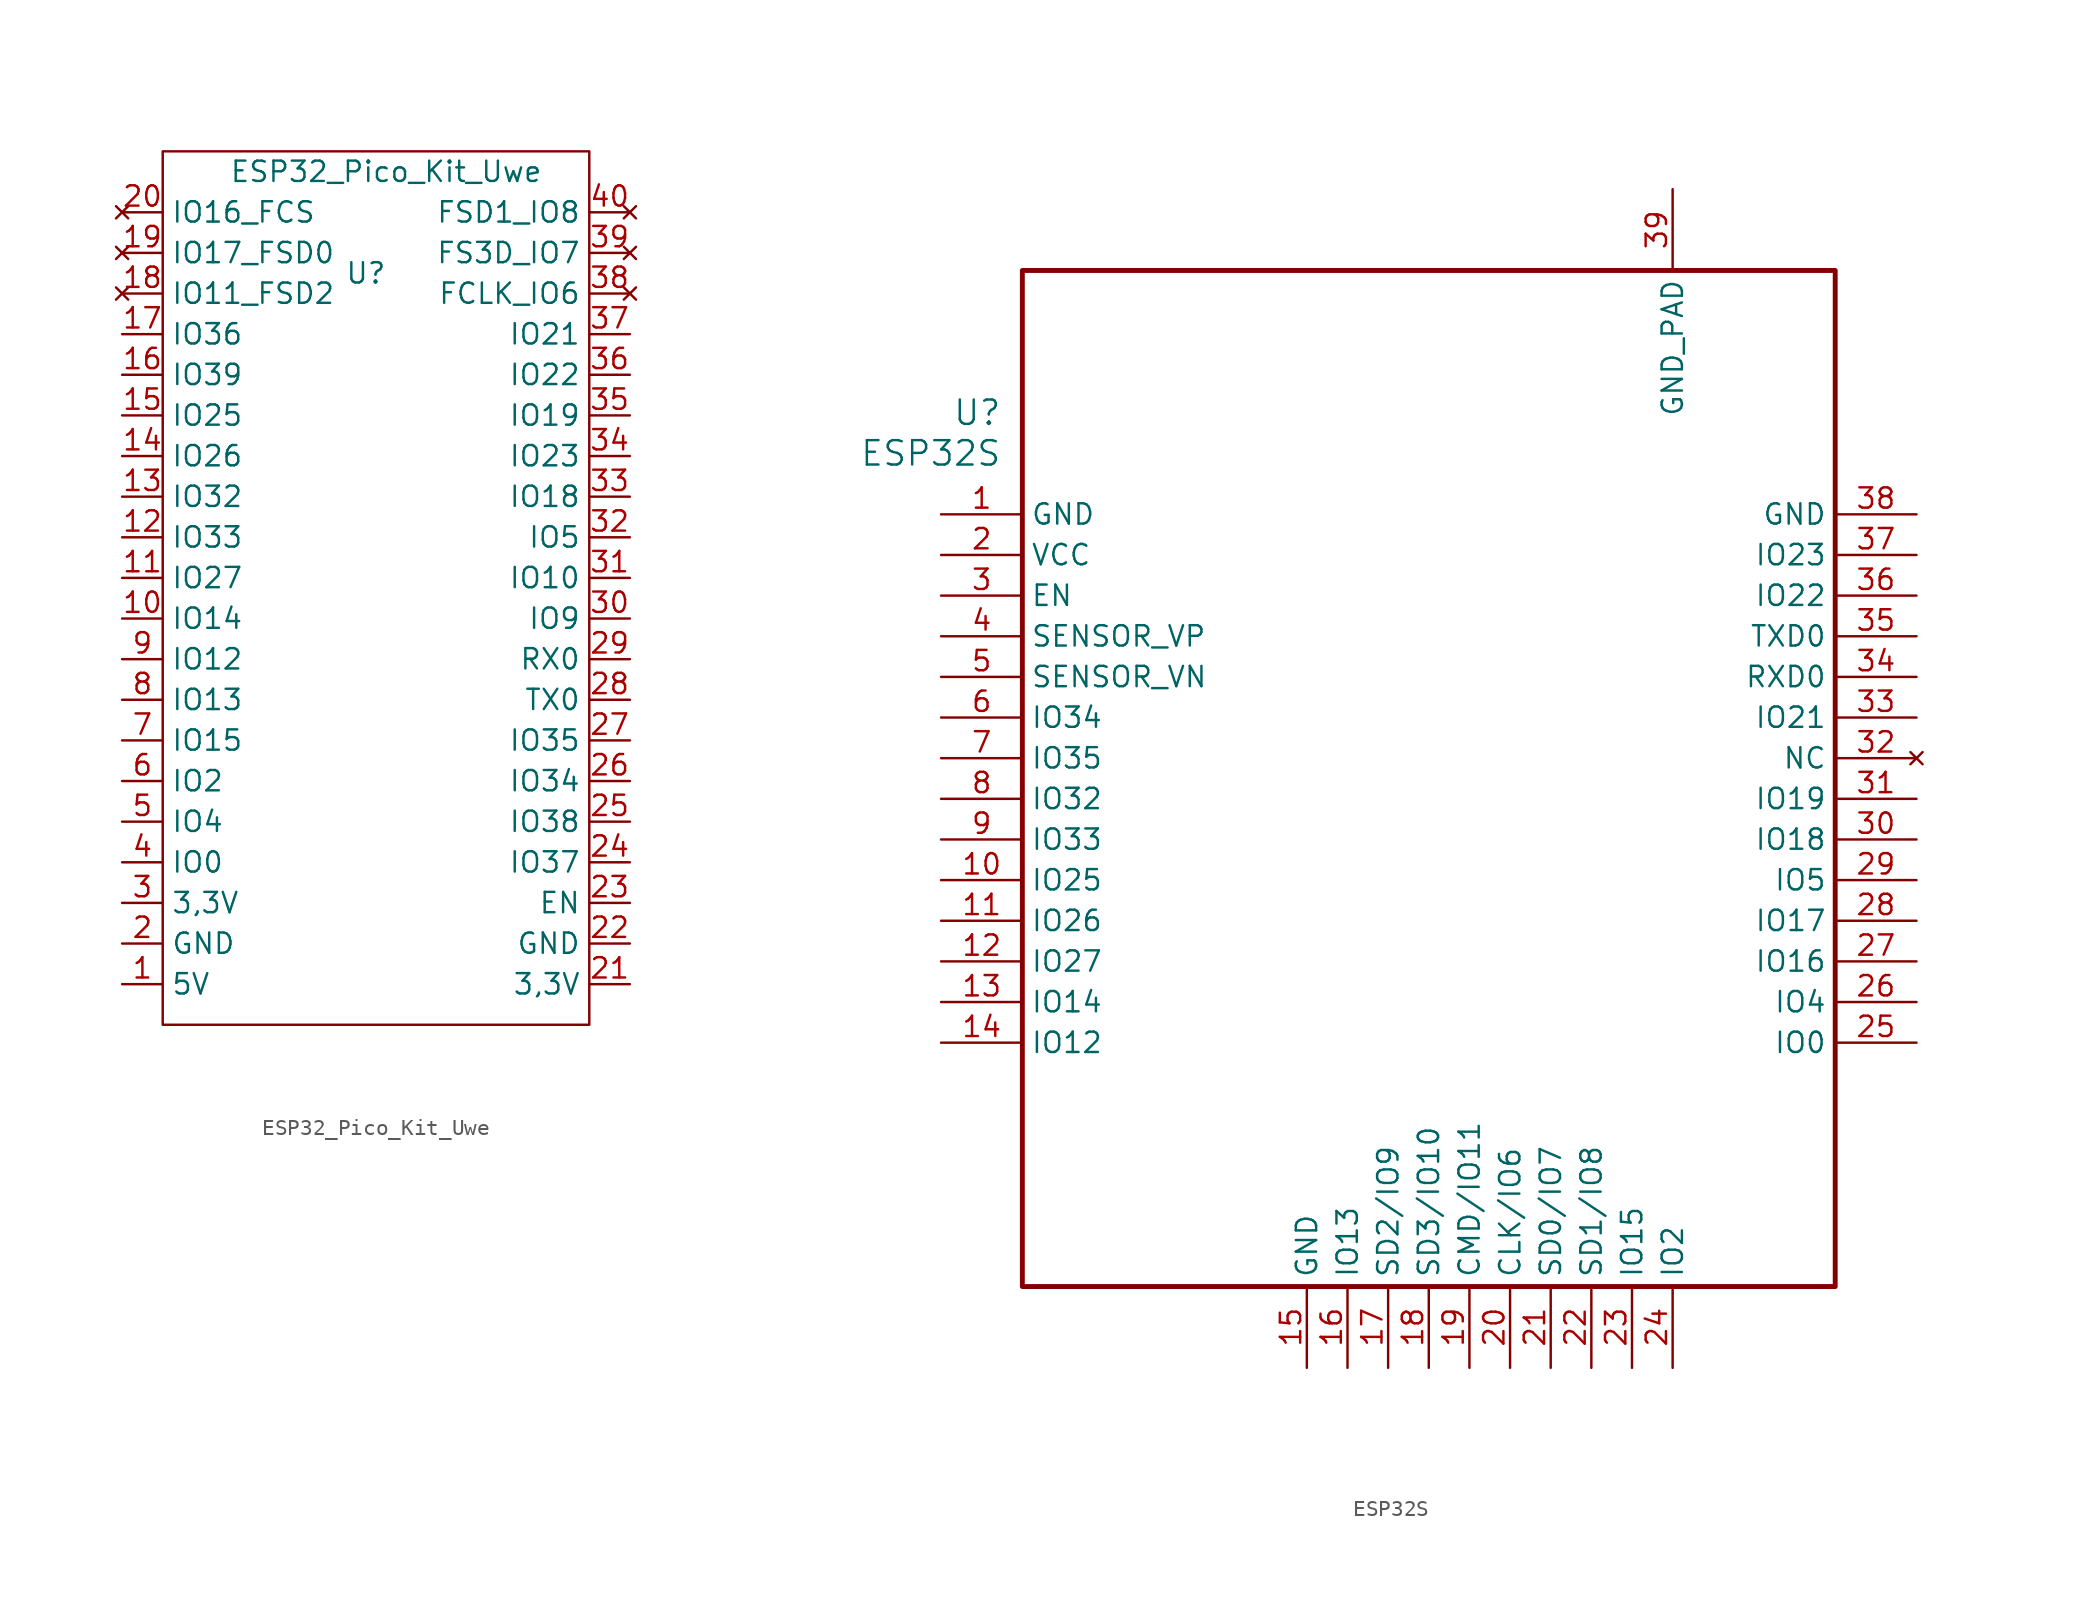
<source format=kicad_sym>
(kicad_symbol_lib
  (version 20201005)
  (generator kicad_symbol_editor)
  (symbol "Zimprich:ESP32_Pico_Kit_Uwe"
    (property "Reference" "U"
      (at -1.27 21.59 0)
      (effects (font (size 1.27 1.27))))
    (property "Value" "ESP32_Pico_Kit_Uwe"
      (at 0 27.94 0)
      (effects (font (size 1.27 1.27))))
    (symbol "ESP32_Pico_Kit_Uwe_0_1"
      (rectangle (start -13.97 29.21) (end 12.7 -25.4) (stroke (width 0)) (fill (type none))))
    (symbol "ESP32_Pico_Kit_Uwe_1_1"
      (pin input line (at -16.51 -22.86 0) (length 2.54) (name "5V" (effects (font (size 1.27 1.27)))) (number "1" (effects (font (size 1.27 1.27)))))
      (pin bidirectional line (at -16.51 0 0) (length 2.54) (name "IO14" (effects (font (size 1.27 1.27)))) (number "10" (effects (font (size 1.27 1.27)))))
      (pin bidirectional line (at -16.51 2.54 0) (length 2.54) (name "IO27" (effects (font (size 1.27 1.27)))) (number "11" (effects (font (size 1.27 1.27)))))
      (pin bidirectional line (at -16.51 5.08 0) (length 2.54) (name "IO33" (effects (font (size 1.27 1.27)))) (number "12" (effects (font (size 1.27 1.27)))))
      (pin bidirectional line (at -16.51 7.62 0) (length 2.54) (name "IO32" (effects (font (size 1.27 1.27)))) (number "13" (effects (font (size 1.27 1.27)))))
      (pin bidirectional line (at -16.51 10.16 0) (length 2.54) (name "IO26" (effects (font (size 1.27 1.27)))) (number "14" (effects (font (size 1.27 1.27)))))
      (pin bidirectional line (at -16.51 12.7 0) (length 2.54) (name "IO25" (effects (font (size 1.27 1.27)))) (number "15" (effects (font (size 1.27 1.27)))))
      (pin bidirectional line (at -16.51 15.24 0) (length 2.54) (name "IO39" (effects (font (size 1.27 1.27)))) (number "16" (effects (font (size 1.27 1.27)))))
      (pin bidirectional line (at -16.51 17.78 0) (length 2.54) (name "IO36" (effects (font (size 1.27 1.27)))) (number "17" (effects (font (size 1.27 1.27)))))
      (pin unconnected line (at -16.51 20.32 0) (length 2.54) (name "IO11_FSD2" (effects (font (size 1.27 1.27)))) (number "18" (effects (font (size 1.27 1.27)))))
      (pin unconnected line (at -16.51 22.86 0) (length 2.54) (name "IO17_FSD0" (effects (font (size 1.27 1.27)))) (number "19" (effects (font (size 1.27 1.27)))))
      (pin input line (at -16.51 -20.32 0) (length 2.54) (name "GND" (effects (font (size 1.27 1.27)))) (number "2" (effects (font (size 1.27 1.27)))))
      (pin unconnected line (at -16.51 25.4 0) (length 2.54) (name "IO16_FCS" (effects (font (size 1.27 1.27)))) (number "20" (effects (font (size 1.27 1.27)))))
      (pin output line (at 15.24 -22.86 180) (length 2.54) (name "3,3V" (effects (font (size 1.27 1.27)))) (number "21" (effects (font (size 1.27 1.27)))))
      (pin input line (at 15.24 -20.32 180) (length 2.54) (name "GND" (effects (font (size 1.27 1.27)))) (number "22" (effects (font (size 1.27 1.27)))))
      (pin input line (at 15.24 -17.78 180) (length 2.54) (name "EN" (effects (font (size 1.27 1.27)))) (number "23" (effects (font (size 1.27 1.27)))))
      (pin bidirectional line (at 15.24 -15.24 180) (length 2.54) (name "IO37" (effects (font (size 1.27 1.27)))) (number "24" (effects (font (size 1.27 1.27)))))
      (pin bidirectional line (at 15.24 -12.7 180) (length 2.54) (name "IO38" (effects (font (size 1.27 1.27)))) (number "25" (effects (font (size 1.27 1.27)))))
      (pin bidirectional line (at 15.24 -10.16 180) (length 2.54) (name "IO34" (effects (font (size 1.27 1.27)))) (number "26" (effects (font (size 1.27 1.27)))))
      (pin bidirectional line (at 15.24 -7.62 180) (length 2.54) (name "IO35" (effects (font (size 1.27 1.27)))) (number "27" (effects (font (size 1.27 1.27)))))
      (pin output line (at 15.24 -5.08 180) (length 2.54) (name "TX0" (effects (font (size 1.27 1.27)))) (number "28" (effects (font (size 1.27 1.27)))))
      (pin bidirectional line (at 15.24 -2.54 180) (length 2.54) (name "RX0" (effects (font (size 1.27 1.27)))) (number "29" (effects (font (size 1.27 1.27)))))
      (pin input line (at -16.51 -17.78 0) (length 2.54) (name "3,3V" (effects (font (size 1.27 1.27)))) (number "3" (effects (font (size 1.27 1.27)))))
      (pin bidirectional line (at 15.24 0 180) (length 2.54) (name "IO9" (effects (font (size 1.27 1.27)))) (number "30" (effects (font (size 1.27 1.27)))))
      (pin output line (at 15.24 2.54 180) (length 2.54) (name "IO10" (effects (font (size 1.27 1.27)))) (number "31" (effects (font (size 1.27 1.27)))))
      (pin bidirectional line (at 15.24 5.08 180) (length 2.54) (name "IO5" (effects (font (size 1.27 1.27)))) (number "32" (effects (font (size 1.27 1.27)))))
      (pin bidirectional line (at 15.24 7.62 180) (length 2.54) (name "IO18" (effects (font (size 1.27 1.27)))) (number "33" (effects (font (size 1.27 1.27)))))
      (pin bidirectional line (at 15.24 10.16 180) (length 2.54) (name "IO23" (effects (font (size 1.27 1.27)))) (number "34" (effects (font (size 1.27 1.27)))))
      (pin bidirectional line (at 15.24 12.7 180) (length 2.54) (name "IO19" (effects (font (size 1.27 1.27)))) (number "35" (effects (font (size 1.27 1.27)))))
      (pin bidirectional line (at 15.24 15.24 180) (length 2.54) (name "IO22" (effects (font (size 1.27 1.27)))) (number "36" (effects (font (size 1.27 1.27)))))
      (pin bidirectional line (at 15.24 17.78 180) (length 2.54) (name "IO21" (effects (font (size 1.27 1.27)))) (number "37" (effects (font (size 1.27 1.27)))))
      (pin unconnected line (at 15.24 20.32 180) (length 2.54) (name "FCLK_IO6" (effects (font (size 1.27 1.27)))) (number "38" (effects (font (size 1.27 1.27)))))
      (pin unconnected line (at 15.24 22.86 180) (length 2.54) (name "FS3D_IO7" (effects (font (size 1.27 1.27)))) (number "39" (effects (font (size 1.27 1.27)))))
      (pin bidirectional line (at -16.51 -15.24 0) (length 2.54) (name "IO0" (effects (font (size 1.27 1.27)))) (number "4" (effects (font (size 1.27 1.27)))))
      (pin unconnected line (at 15.24 25.4 180) (length 2.54) (name "FSD1_IO8" (effects (font (size 1.27 1.27)))) (number "40" (effects (font (size 1.27 1.27)))))
      (pin bidirectional line (at -16.51 -12.7 0) (length 2.54) (name "IO4" (effects (font (size 1.27 1.27)))) (number "5" (effects (font (size 1.27 1.27)))))
      (pin bidirectional line (at -16.51 -10.16 0) (length 2.54) (name "IO2" (effects (font (size 1.27 1.27)))) (number "6" (effects (font (size 1.27 1.27)))))
      (pin bidirectional line (at -16.51 -7.62 0) (length 2.54) (name "IO15" (effects (font (size 1.27 1.27)))) (number "7" (effects (font (size 1.27 1.27)))))
      (pin bidirectional line (at -16.51 -5.08 0) (length 2.54) (name "IO13" (effects (font (size 1.27 1.27)))) (number "8" (effects (font (size 1.27 1.27)))))
      (pin bidirectional line (at -16.51 -2.54 0) (length 2.54) (name "IO12" (effects (font (size 1.27 1.27)))) (number "9" (effects (font (size 1.27 1.27)))))))
  (symbol "Zimprich:ESP32S"
    (property "Reference" "U"
      (at 3.81 6.35 0)
      (effects (font (size 1.524 1.524)) (justify right)))
    (property "Value" "ESP32S"
      (at 3.81 3.81 0)
      (effects (font (size 1.524 1.524)) (justify right)))
    (property "ki_locked" ""
      (at 0 0 0)
      (effects (font (size 1.27 1.27))))
    (symbol "ESP32S_1_1"
      (rectangle (start 5.08 15.24) (end 55.88 -48.26) (stroke (width 0.305)) (fill (type none)))
      (pin power_in line (at 0 0 0) (length 5.08) (name "GND" (effects (font (size 1.27 1.27)))) (number "1" (effects (font (size 1.27 1.27)))))
      (pin bidirectional line (at 0 -22.86 0) (length 5.08) (name "IO25" (effects (font (size 1.27 1.27)))) (number "10" (effects (font (size 1.27 1.27)))))
      (pin input line (at 0 -25.4 0) (length 5.08) (name "IO26" (effects (font (size 1.27 1.27)))) (number "11" (effects (font (size 1.27 1.27)))))
      (pin bidirectional line (at 0 -27.94 0) (length 5.08) (name "IO27" (effects (font (size 1.27 1.27)))) (number "12" (effects (font (size 1.27 1.27)))))
      (pin bidirectional line (at 0 -30.48 0) (length 5.08) (name "IO14" (effects (font (size 1.27 1.27)))) (number "13" (effects (font (size 1.27 1.27)))))
      (pin bidirectional line (at 0 -33.02 0) (length 5.08) (name "IO12" (effects (font (size 1.27 1.27)))) (number "14" (effects (font (size 1.27 1.27)))))
      (pin power_in line (at 22.86 -53.34 90) (length 5.08) (name "GND" (effects (font (size 1.27 1.27)))) (number "15" (effects (font (size 1.27 1.27)))))
      (pin bidirectional line (at 25.4 -53.34 90) (length 5.08) (name "IO13" (effects (font (size 1.27 1.27)))) (number "16" (effects (font (size 1.27 1.27)))))
      (pin bidirectional line (at 27.94 -53.34 90) (length 5.08) (name "SD2/IO9" (effects (font (size 1.27 1.27)))) (number "17" (effects (font (size 1.27 1.27)))))
      (pin bidirectional line (at 30.48 -53.34 90) (length 5.08) (name "SD3/IO10" (effects (font (size 1.27 1.27)))) (number "18" (effects (font (size 1.27 1.27)))))
      (pin bidirectional line (at 33.02 -53.34 90) (length 5.08) (name "CMD/IO11" (effects (font (size 1.27 1.27)))) (number "19" (effects (font (size 1.27 1.27)))))
      (pin power_in line (at 0 -2.54 0) (length 5.08) (name "VCC" (effects (font (size 1.27 1.27)))) (number "2" (effects (font (size 1.27 1.27)))))
      (pin bidirectional line (at 35.56 -53.34 90) (length 5.08) (name "CLK/IO6" (effects (font (size 1.27 1.27)))) (number "20" (effects (font (size 1.27 1.27)))))
      (pin bidirectional line (at 38.1 -53.34 90) (length 5.08) (name "SD0/IO7" (effects (font (size 1.27 1.27)))) (number "21" (effects (font (size 1.27 1.27)))))
      (pin bidirectional line (at 40.64 -53.34 90) (length 5.08) (name "SD1/IO8" (effects (font (size 1.27 1.27)))) (number "22" (effects (font (size 1.27 1.27)))))
      (pin bidirectional line (at 43.18 -53.34 90) (length 5.08) (name "IO15" (effects (font (size 1.27 1.27)))) (number "23" (effects (font (size 1.27 1.27)))))
      (pin bidirectional line (at 45.72 -53.34 90) (length 5.08) (name "IO2" (effects (font (size 1.27 1.27)))) (number "24" (effects (font (size 1.27 1.27)))))
      (pin bidirectional line (at 60.96 -33.02 180) (length 5.08) (name "IO0" (effects (font (size 1.27 1.27)))) (number "25" (effects (font (size 1.27 1.27)))))
      (pin bidirectional line (at 60.96 -30.48 180) (length 5.08) (name "IO4" (effects (font (size 1.27 1.27)))) (number "26" (effects (font (size 1.27 1.27)))))
      (pin bidirectional line (at 60.96 -27.94 180) (length 5.08) (name "IO16" (effects (font (size 1.27 1.27)))) (number "27" (effects (font (size 1.27 1.27)))))
      (pin bidirectional line (at 60.96 -25.4 180) (length 5.08) (name "IO17" (effects (font (size 1.27 1.27)))) (number "28" (effects (font (size 1.27 1.27)))))
      (pin bidirectional line (at 60.96 -22.86 180) (length 5.08) (name "IO5" (effects (font (size 1.27 1.27)))) (number "29" (effects (font (size 1.27 1.27)))))
      (pin input line (at 0 -5.08 0) (length 5.08) (name "EN" (effects (font (size 1.27 1.27)))) (number "3" (effects (font (size 1.27 1.27)))))
      (pin bidirectional line (at 60.96 -20.32 180) (length 5.08) (name "IO18" (effects (font (size 1.27 1.27)))) (number "30" (effects (font (size 1.27 1.27)))))
      (pin bidirectional line (at 60.96 -17.78 180) (length 5.08) (name "IO19" (effects (font (size 1.27 1.27)))) (number "31" (effects (font (size 1.27 1.27)))))
      (pin unconnected line (at 60.96 -15.24 180) (length 5.08) (name "NC" (effects (font (size 1.27 1.27)))) (number "32" (effects (font (size 1.27 1.27)))))
      (pin bidirectional line (at 60.96 -12.7 180) (length 5.08) (name "IO21" (effects (font (size 1.27 1.27)))) (number "33" (effects (font (size 1.27 1.27)))))
      (pin bidirectional line (at 60.96 -10.16 180) (length 5.08) (name "RXD0" (effects (font (size 1.27 1.27)))) (number "34" (effects (font (size 1.27 1.27)))))
      (pin bidirectional line (at 60.96 -7.62 180) (length 5.08) (name "TXD0" (effects (font (size 1.27 1.27)))) (number "35" (effects (font (size 1.27 1.27)))))
      (pin bidirectional line (at 60.96 -5.08 180) (length 5.08) (name "IO22" (effects (font (size 1.27 1.27)))) (number "36" (effects (font (size 1.27 1.27)))))
      (pin bidirectional line (at 60.96 -2.54 180) (length 5.08) (name "IO23" (effects (font (size 1.27 1.27)))) (number "37" (effects (font (size 1.27 1.27)))))
      (pin power_in line (at 60.96 0 180) (length 5.08) (name "GND" (effects (font (size 1.27 1.27)))) (number "38" (effects (font (size 1.27 1.27)))))
      (pin power_in line (at 45.72 20.32 270) (length 5.08) (name "GND_PAD" (effects (font (size 1.27 1.27)))) (number "39" (effects (font (size 1.27 1.27)))))
      (pin input line (at 0 -7.62 0) (length 5.08) (name "SENSOR_VP" (effects (font (size 1.27 1.27)))) (number "4" (effects (font (size 1.27 1.27)))))
      (pin input line (at 0 -10.16 0) (length 5.08) (name "SENSOR_VN" (effects (font (size 1.27 1.27)))) (number "5" (effects (font (size 1.27 1.27)))))
      (pin bidirectional line (at 0 -12.7 0) (length 5.08) (name "IO34" (effects (font (size 1.27 1.27)))) (number "6" (effects (font (size 1.27 1.27)))))
      (pin bidirectional line (at 0 -15.24 0) (length 5.08) (name "IO35" (effects (font (size 1.27 1.27)))) (number "7" (effects (font (size 1.27 1.27)))))
      (pin bidirectional line (at 0 -17.78 0) (length 5.08) (name "IO32" (effects (font (size 1.27 1.27)))) (number "8" (effects (font (size 1.27 1.27)))))
      (pin bidirectional line (at 0 -20.32 0) (length 5.08) (name "IO33" (effects (font (size 1.27 1.27)))) (number "9" (effects (font (size 1.27 1.27))))))))
</source>
